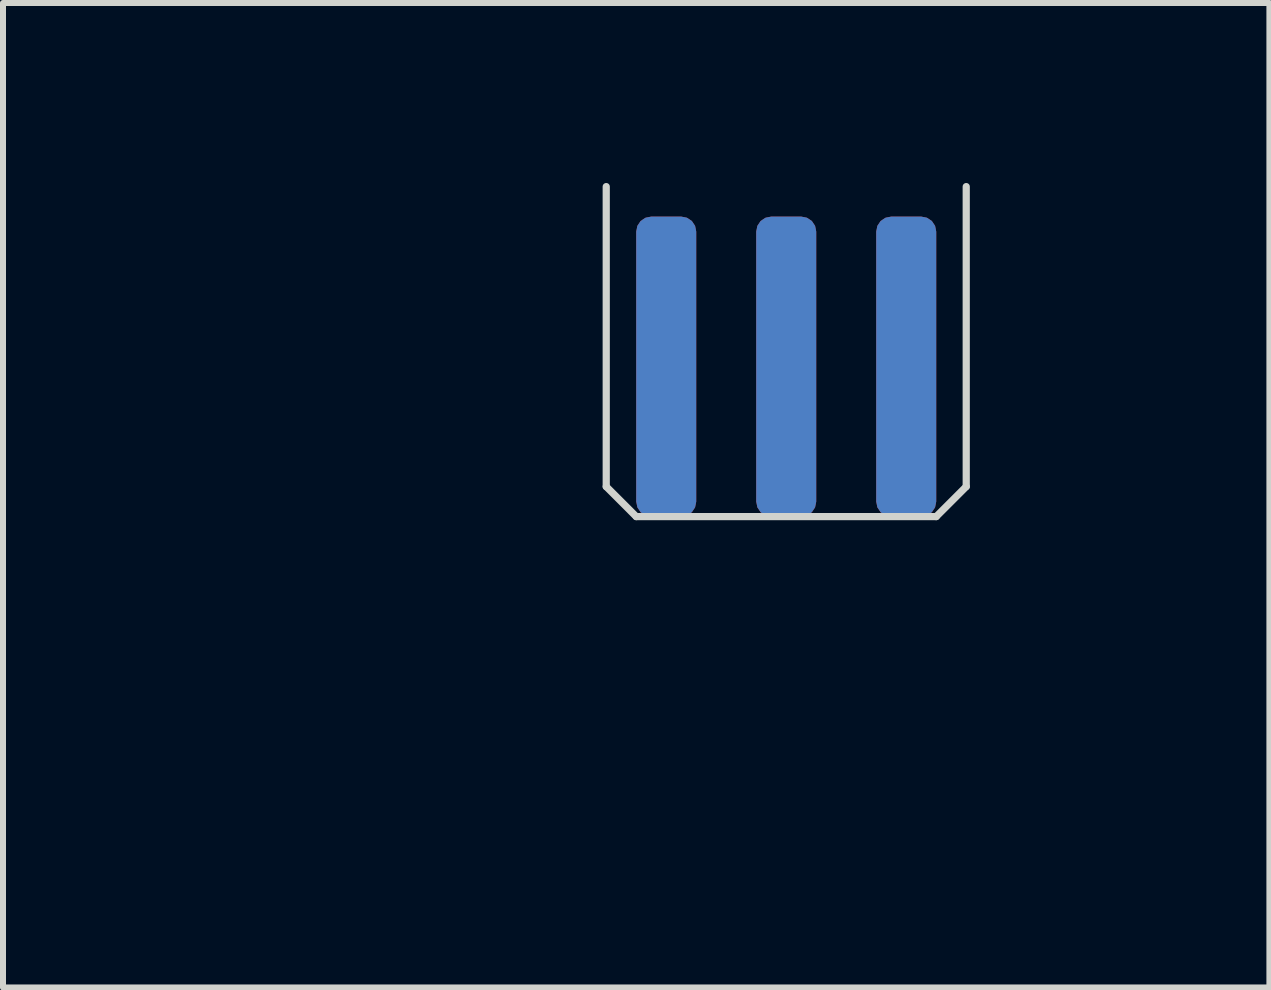
<source format=kicad_pcb>
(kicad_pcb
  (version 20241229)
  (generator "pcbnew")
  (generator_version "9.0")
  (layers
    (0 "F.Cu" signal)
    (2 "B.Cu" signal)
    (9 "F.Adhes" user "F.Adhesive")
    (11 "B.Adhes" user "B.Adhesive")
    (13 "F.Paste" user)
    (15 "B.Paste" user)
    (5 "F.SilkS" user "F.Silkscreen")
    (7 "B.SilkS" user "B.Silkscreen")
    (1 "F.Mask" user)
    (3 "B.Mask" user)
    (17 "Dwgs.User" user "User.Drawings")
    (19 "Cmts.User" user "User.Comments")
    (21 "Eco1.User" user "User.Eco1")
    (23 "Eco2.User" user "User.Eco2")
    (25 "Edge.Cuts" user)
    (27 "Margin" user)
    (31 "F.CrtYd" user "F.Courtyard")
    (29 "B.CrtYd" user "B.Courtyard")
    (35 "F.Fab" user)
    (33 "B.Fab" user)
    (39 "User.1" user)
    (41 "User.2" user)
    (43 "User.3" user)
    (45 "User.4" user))
  (footprint "GameBoy_Link_Edge"
    (layer "F.Cu")
    (at 7.554 5.56)
    (property "Reference" "GameBoy_Link_Edge" (at 0 4 0) (unlocked yes) (layer "User.1") (effects (font (size 1 1) (thickness 0.15))))
    (attr smd)
    (fp_line (start -0.5 -5.5) (end -0.5 -0.5) (stroke (width 0.12) (type solid)) (layer "Edge.Cuts"))
    (fp_line (start -0.5 -0.5) (end 0 0) (stroke (width 0.12) (type solid)) (layer "Edge.Cuts"))
    (fp_line (start 0 0) (end 5 0) (stroke (width 0.12) (type solid)) (layer "Edge.Cuts"))
    (fp_line (start 5 0) (end 5.5 -0.5) (stroke (width 0.12) (type solid)) (layer "Edge.Cuts"))
    (fp_line (start 5.5 -0.5) (end 5.5 -5.5) (stroke (width 0.12) (type solid)) (layer "Edge.Cuts"))
    (pad "1" smd roundrect (at 4.5 -2.5) (size 1 5) (layers "F.Cu" "F.Mask" "F.Paste") (roundrect_rratio 0.25))
    (pad "2" smd roundrect (at 4.5 -2.5) (size 1 5) (layers "B.Cu" "B.Mask" "B.Paste") (roundrect_rratio 0.25))
    (pad "3" smd roundrect (at 2.5 -2.5) (size 1 5) (layers "F.Cu" "F.Mask" "F.Paste") (roundrect_rratio 0.25))
    (pad "4" smd roundrect (at 2.5 -2.5) (size 1 5) (layers "B.Cu" "B.Mask" "B.Paste") (roundrect_rratio 0.25))
    (pad "5" smd roundrect (at 0.5 -2.5) (size 1 5) (layers "F.Cu" "F.Mask" "F.Paste") (roundrect_rratio 0.25))
    (pad "6" smd roundrect (at 0.5 -2.5) (size 1 5) (layers "B.Cu" "B.Mask" "B.Paste") (roundrect_rratio 0.25)))
  (gr_rect
    (start -3 -3)
    (end 18.107 13.408)
    (stroke (width 0.1) (type default))
    (fill no)
    (layer "Edge.Cuts")))
</source>
